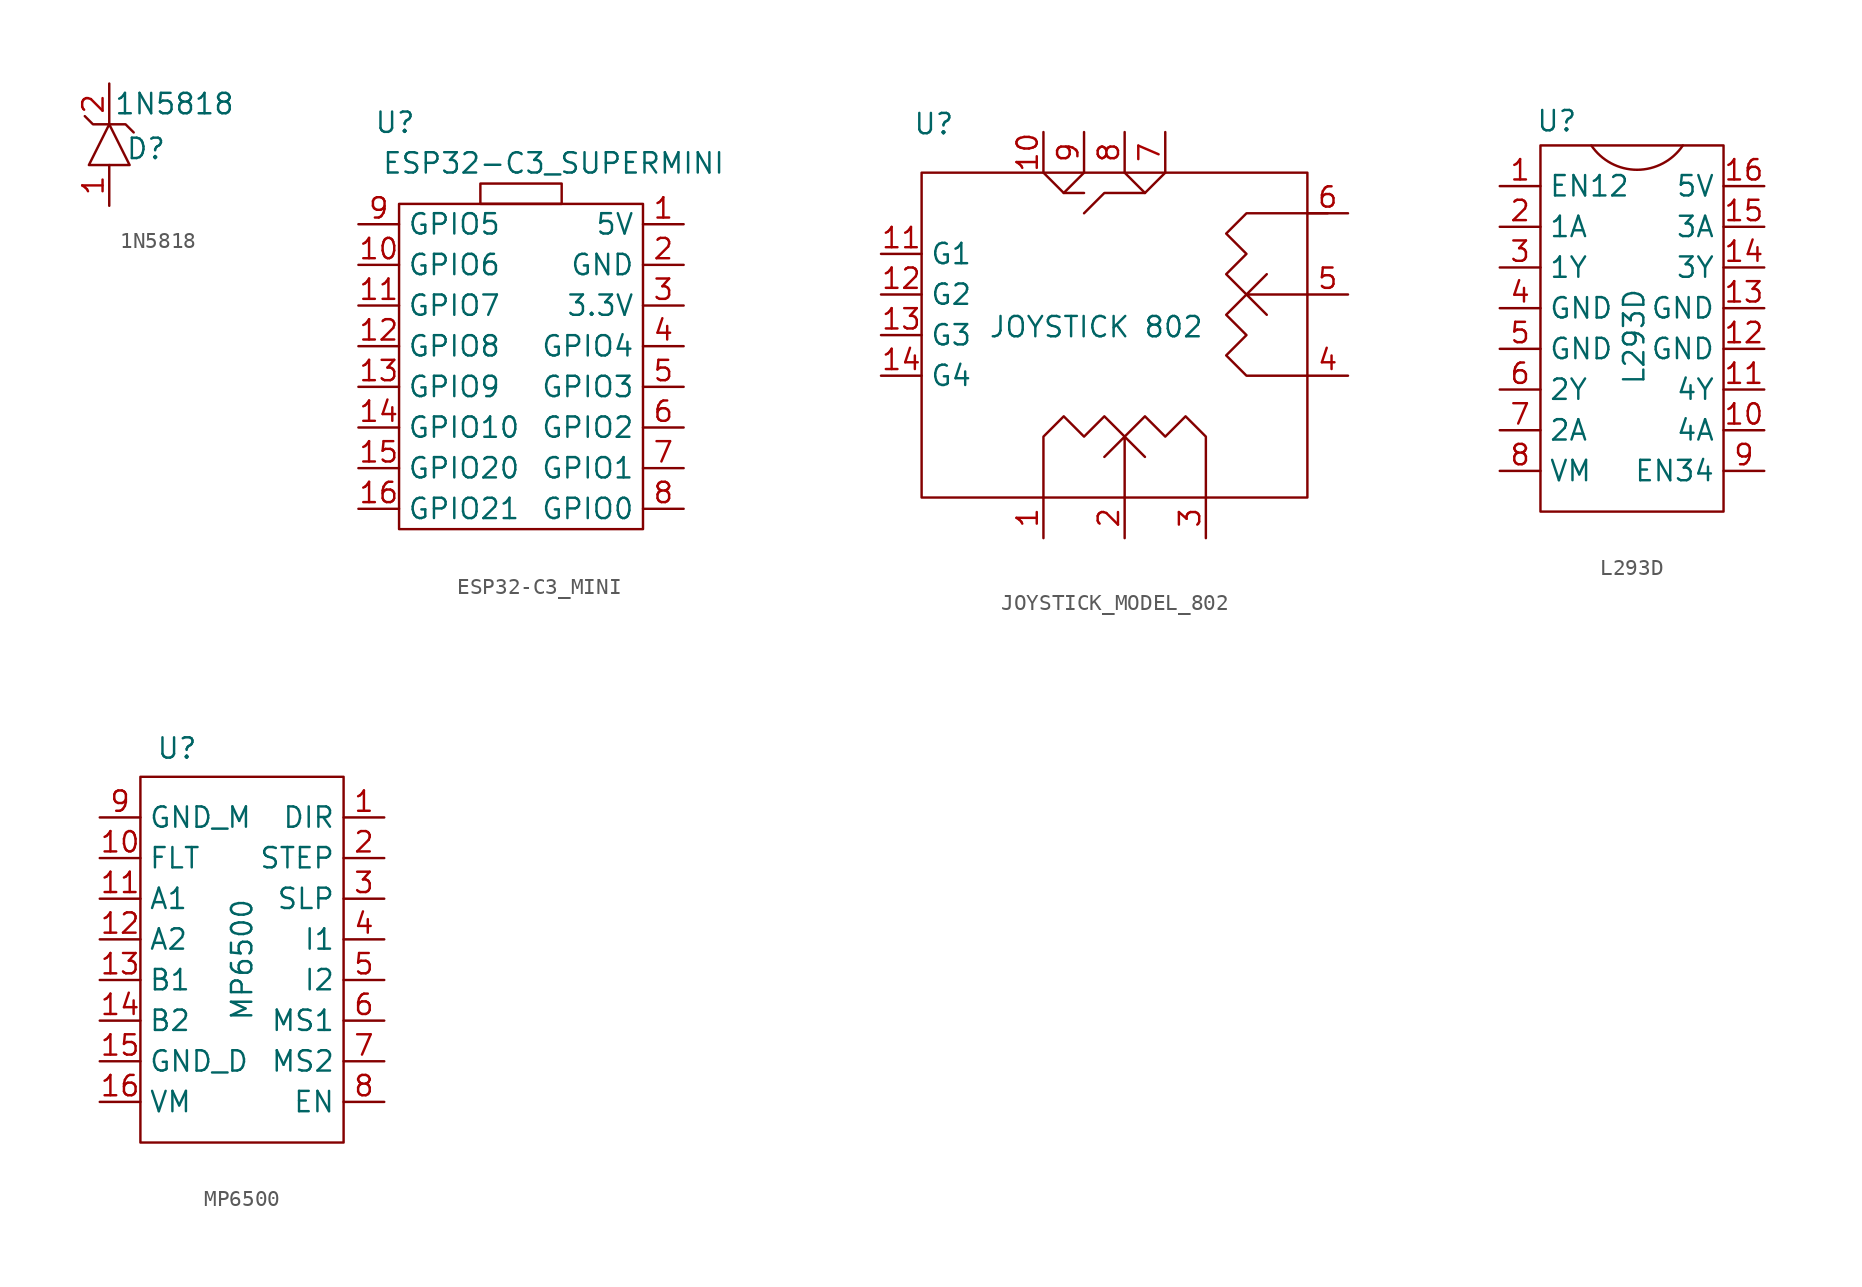
<source format=kicad_sym>
(kicad_symbol_lib
  (version 20241209)
  (generator "kicad_symbol_editor")
  (generator_version "9.0")
  (symbol "1N5818"
    (property "Reference" "D"
      (at 2.286 1.016 0)
      (effects (font (size 1.27 1.27))))
    (property "Value" "1N5818"
      (at 4.064 3.81 0)
      (effects (font (size 1.27 1.27))))
    (symbol "1N5818_0_1"
      (polyline (pts (xy -1.524 3.048) (xy -1.016 2.54) (xy 1.016 2.54) (xy 1.524 2.032)) (stroke (width 0) (type default)) (fill (type none)))
      (polyline (pts (xy 0 2.54) (xy -1.27 0) (xy 1.27 0) (xy 0 2.54)) (stroke (width 0) (type default)) (fill (type none))))
    (symbol "1N5818_1_1"
      (pin passive line (at 0 5.08 270) (length 2.54) (name "" (effects (font (size 1.27 1.27)))) (number "2" (effects (font (size 1.27 1.27)))))
      (pin passive line (at 0 -2.54 90) (length 2.54) (name "" (effects (font (size 1.27 1.27)))) (number "1" (effects (font (size 1.27 1.27)))))))
  (symbol "ESP32-C3_MINI"
    (property "Reference" "U"
      (at -7.874 15.24 0)
      (effects (font (size 1.27 1.27))))
    (property "Value" "ESP32-C3_SUPERMINI"
      (at 2.032 12.7 0)
      (effects (font (size 1.27 1.27))))
    (symbol "ESP32-C3_MINI_0_1"
      (rectangle (start -7.62 10.16) (end 7.62 -10.16) (stroke (width 0) (type default)) (fill (type none)))
      (rectangle (start -2.54 10.16) (end 2.54 11.43) (stroke (width 0) (type default)) (fill (type none))))
    (symbol "ESP32-C3_MINI_1_1"
      (pin bidirectional line (at -10.16 8.89 0) (length 2.54) (name "GPIO5" (effects (font (size 1.27 1.27)))) (number "9" (effects (font (size 1.27 1.27)))))
      (pin bidirectional line (at -10.16 6.35 0) (length 2.54) (name "GPIO6" (effects (font (size 1.27 1.27)))) (number "10" (effects (font (size 1.27 1.27)))))
      (pin bidirectional line (at -10.16 3.81 0) (length 2.54) (name "GPIO7" (effects (font (size 1.27 1.27)))) (number "11" (effects (font (size 1.27 1.27)))))
      (pin bidirectional line (at -10.16 1.27 0) (length 2.54) (name "GPIO8" (effects (font (size 1.27 1.27)))) (number "12" (effects (font (size 1.27 1.27)))))
      (pin bidirectional line (at -10.16 -1.27 0) (length 2.54) (name "GPIO9" (effects (font (size 1.27 1.27)))) (number "13" (effects (font (size 1.27 1.27)))))
      (pin bidirectional line (at -10.16 -3.81 0) (length 2.54) (name "GPIO10" (effects (font (size 1.27 1.27)))) (number "14" (effects (font (size 1.27 1.27)))))
      (pin bidirectional line (at -10.16 -6.35 0) (length 2.54) (name "GPIO20" (effects (font (size 1.27 1.27)))) (number "15" (effects (font (size 1.27 1.27)))))
      (pin bidirectional line (at -10.16 -8.89 0) (length 2.54) (name "GPIO21" (effects (font (size 1.27 1.27)))) (number "16" (effects (font (size 1.27 1.27)))))
      (pin power_in line (at 10.16 8.89 180) (length 2.54) (name "5V" (effects (font (size 1.27 1.27)))) (number "1" (effects (font (size 1.27 1.27)))))
      (pin power_in line (at 10.16 6.35 180) (length 2.54) (name "GND" (effects (font (size 1.27 1.27)))) (number "2" (effects (font (size 1.27 1.27)))))
      (pin power_out line (at 10.16 3.81 180) (length 2.54) (name "3.3V" (effects (font (size 1.27 1.27)))) (number "3" (effects (font (size 1.27 1.27)))))
      (pin bidirectional line (at 10.16 1.27 180) (length 2.54) (name "GPIO4" (effects (font (size 1.27 1.27)))) (number "4" (effects (font (size 1.27 1.27)))))
      (pin bidirectional line (at 10.16 -1.27 180) (length 2.54) (name "GPIO3" (effects (font (size 1.27 1.27)))) (number "5" (effects (font (size 1.27 1.27)))))
      (pin bidirectional line (at 10.16 -3.81 180) (length 2.54) (name "GPIO2" (effects (font (size 1.27 1.27)))) (number "6" (effects (font (size 1.27 1.27)))))
      (pin bidirectional line (at 10.16 -6.35 180) (length 2.54) (name "GPIO1" (effects (font (size 1.27 1.27)))) (number "7" (effects (font (size 1.27 1.27)))))
      (pin bidirectional line (at 10.16 -8.89 180) (length 2.54) (name "GPIO0" (effects (font (size 1.27 1.27)))) (number "8" (effects (font (size 1.27 1.27)))))))
  (symbol "JOYSTICK_MODEL_802"
    (property "Reference" "U"
      (at -11.938 23.368 0)
      (effects (font (size 1.27 1.27))))
    (property "Value" "JOYSTICK 802"
      (at -1.778 10.668 0)
      (effects (font (size 1.27 1.27))))
    (symbol "JOYSTICK_MODEL_802_0_1"
      (rectangle (start -12.7 20.32) (end 11.43 0) (stroke (width 0) (type default)) (fill (type none)))
      (polyline (pts (xy -5.08 0) (xy -5.08 3.81) (xy -3.81 5.08) (xy -2.54 3.81) (xy -1.27 5.08) (xy 0 3.81) (xy 1.27 5.08) (xy 2.54 3.81) (xy 3.81 5.08) (xy 5.08 3.81) (xy 5.08 0)) (stroke (width 0) (type default)) (fill (type none)))
      (polyline (pts (xy -3.81 19.05) (xy -2.54 19.05)) (stroke (width 0) (type default)) (fill (type none)))
      (polyline (pts (xy -2.54 20.32) (xy -3.81 19.05) (xy -5.08 20.32)) (stroke (width 0) (type default)) (fill (type none)))
      (polyline (pts (xy 0 0) (xy 0 3.81) (xy -1.27 2.54) (xy 0 3.81) (xy 1.27 2.54)) (stroke (width 0) (type default)) (fill (type none)))
      (polyline (pts (xy 1.27 19.05) (xy -1.27 19.05) (xy -2.54 17.78)) (stroke (width 0) (type default)) (fill (type none)))
      (polyline (pts (xy 2.54 20.32) (xy 1.27 19.05) (xy 0 20.32)) (stroke (width 0) (type default)) (fill (type none)))
      (polyline (pts (xy 11.43 12.7) (xy 7.62 12.7) (xy 8.89 11.43) (xy 7.62 12.7) (xy 8.89 13.97)) (stroke (width 0) (type default)) (fill (type none)))
      (polyline (pts (xy 11.43 7.62) (xy 7.62 7.62) (xy 6.35 8.89) (xy 7.62 10.16) (xy 6.35 11.43) (xy 7.62 12.7) (xy 6.35 13.97) (xy 7.62 15.24) (xy 6.35 16.51) (xy 7.62 17.78) (xy 12.7 17.78)) (stroke (width 0) (type default)) (fill (type none))))
    (symbol "JOYSTICK_MODEL_802_1_1"
      (pin passive line (at -15.24 15.24 0) (length 2.54) (name "G1" (effects (font (size 1.27 1.27)))) (number "11" (effects (font (size 1.27 1.27)))))
      (pin passive line (at -15.24 12.7 0) (length 2.54) (name "G2" (effects (font (size 1.27 1.27)))) (number "12" (effects (font (size 1.27 1.27)))))
      (pin passive line (at -15.24 10.16 0) (length 2.54) (name "G3" (effects (font (size 1.27 1.27)))) (number "13" (effects (font (size 1.27 1.27)))))
      (pin passive line (at -15.24 7.62 0) (length 2.54) (name "G4" (effects (font (size 1.27 1.27)))) (number "14" (effects (font (size 1.27 1.27)))))
      (pin passive line (at -5.08 22.86 270) (length 2.54) (name "" (effects (font (size 1.27 1.27)))) (number "10" (effects (font (size 1.27 1.27)))))
      (pin passive line (at -5.08 -2.54 90) (length 2.54) (name "" (effects (font (size 1.27 1.27)))) (number "1" (effects (font (size 1.27 1.27)))))
      (pin passive line (at -2.54 22.86 270) (length 2.54) (name "" (effects (font (size 1.27 1.27)))) (number "9" (effects (font (size 1.27 1.27)))))
      (pin passive line (at 0 22.86 270) (length 2.54) (name "" (effects (font (size 1.27 1.27)))) (number "8" (effects (font (size 1.27 1.27)))))
      (pin passive line (at 0 -2.54 90) (length 2.54) (name "" (effects (font (size 1.27 1.27)))) (number "2" (effects (font (size 1.27 1.27)))))
      (pin passive line (at 2.54 22.86 270) (length 2.54) (name "" (effects (font (size 1.27 1.27)))) (number "7" (effects (font (size 1.27 1.27)))))
      (pin passive line (at 5.08 -2.54 90) (length 2.54) (name "" (effects (font (size 1.27 1.27)))) (number "3" (effects (font (size 1.27 1.27)))))
      (pin passive line (at 13.97 17.78 180) (length 2.54) (name "" (effects (font (size 1.27 1.27)))) (number "6" (effects (font (size 1.27 1.27)))))
      (pin passive line (at 13.97 12.7 180) (length 2.54) (name "" (effects (font (size 1.27 1.27)))) (number "5" (effects (font (size 1.27 1.27)))))
      (pin passive line (at 13.97 7.62 180) (length 2.54) (name "" (effects (font (size 1.27 1.27)))) (number "4" (effects (font (size 1.27 1.27)))))))
  (symbol "L293D"
    (property "Reference" "U"
      (at -5.334 15.494 0)
      (effects (font (size 1.27 1.27))))
    (property "Value" "L293D"
      (at -0.508 2.032 90)
      (effects (font (size 1.27 1.27))))
    (symbol "L293D_0_1"
      (rectangle (start -6.35 13.97) (end 5.08 -8.89) (stroke (width 0) (type default)) (fill (type none)))
      (arc (start 2.54 13.97) (mid -0.3175 12.449) (end -3.175 13.97) (stroke (width 0) (type default)) (fill (type none))))
    (symbol "L293D_1_1"
      (pin input line (at -8.89 11.43 0) (length 2.54) (name "EN12" (effects (font (size 1.27 1.27)))) (number "1" (effects (font (size 1.27 1.27)))))
      (pin input line (at -8.89 8.89 0) (length 2.54) (name "1A" (effects (font (size 1.27 1.27)))) (number "2" (effects (font (size 1.27 1.27)))))
      (pin output line (at -8.89 6.35 0) (length 2.54) (name "1Y" (effects (font (size 1.27 1.27)))) (number "3" (effects (font (size 1.27 1.27)))))
      (pin power_in line (at -8.89 3.81 0) (length 2.54) (name "GND" (effects (font (size 1.27 1.27)))) (number "4" (effects (font (size 1.27 1.27)))))
      (pin power_in line (at -8.89 1.27 0) (length 2.54) (name "GND" (effects (font (size 1.27 1.27)))) (number "5" (effects (font (size 1.27 1.27)))))
      (pin output line (at -8.89 -1.27 0) (length 2.54) (name "2Y" (effects (font (size 1.27 1.27)))) (number "6" (effects (font (size 1.27 1.27)))))
      (pin input line (at -8.89 -3.81 0) (length 2.54) (name "2A" (effects (font (size 1.27 1.27)))) (number "7" (effects (font (size 1.27 1.27)))))
      (pin power_out line (at -8.89 -6.35 0) (length 2.54) (name "VM" (effects (font (size 1.27 1.27)))) (number "8" (effects (font (size 1.27 1.27)))))
      (pin power_in line (at 7.62 11.43 180) (length 2.54) (name "5V" (effects (font (size 1.27 1.27)))) (number "16" (effects (font (size 1.27 1.27)))))
      (pin input line (at 7.62 8.89 180) (length 2.54) (name "3A" (effects (font (size 1.27 1.27)))) (number "15" (effects (font (size 1.27 1.27)))))
      (pin output line (at 7.62 6.35 180) (length 2.54) (name "3Y" (effects (font (size 1.27 1.27)))) (number "14" (effects (font (size 1.27 1.27)))))
      (pin power_in line (at 7.62 3.81 180) (length 2.54) (name "GND" (effects (font (size 1.27 1.27)))) (number "13" (effects (font (size 1.27 1.27)))))
      (pin power_in line (at 7.62 1.27 180) (length 2.54) (name "GND" (effects (font (size 1.27 1.27)))) (number "12" (effects (font (size 1.27 1.27)))))
      (pin output line (at 7.62 -1.27 180) (length 2.54) (name "4Y" (effects (font (size 1.27 1.27)))) (number "11" (effects (font (size 1.27 1.27)))))
      (pin input line (at 7.62 -3.81 180) (length 2.54) (name "4A" (effects (font (size 1.27 1.27)))) (number "10" (effects (font (size 1.27 1.27)))))
      (pin input line (at 7.62 -6.35 180) (length 2.54) (name "EN34" (effects (font (size 1.27 1.27)))) (number "9" (effects (font (size 1.27 1.27)))))))
  (symbol "MP6500"
    (property "Reference" "U"
      (at -4.064 13.208 0)
      (effects (font (size 1.27 1.27))))
    (property "Value" "MP6500"
      (at 0 0 90)
      (effects (font (size 1.27 1.27))))
    (symbol "MP6500_0_1"
      (rectangle (start -6.35 11.43) (end 6.35 -11.43) (stroke (width 0) (type default)) (fill (type none))))
    (symbol "MP6500_1_1"
      (pin power_in line (at -8.89 8.89 0) (length 2.54) (name "GND_M" (effects (font (size 1.27 1.27)))) (number "9" (effects (font (size 1.27 1.27)))))
      (pin output line (at -8.89 6.35 0) (length 2.54) (name "FLT" (effects (font (size 1.27 1.27)))) (number "10" (effects (font (size 1.27 1.27)))))
      (pin output line (at -8.89 3.81 0) (length 2.54) (name "A1" (effects (font (size 1.27 1.27)))) (number "11" (effects (font (size 1.27 1.27)))))
      (pin output line (at -8.89 1.27 0) (length 2.54) (name "A2" (effects (font (size 1.27 1.27)))) (number "12" (effects (font (size 1.27 1.27)))))
      (pin output line (at -8.89 -1.27 0) (length 2.54) (name "B1" (effects (font (size 1.27 1.27)))) (number "13" (effects (font (size 1.27 1.27)))))
      (pin output line (at -8.89 -3.81 0) (length 2.54) (name "B2" (effects (font (size 1.27 1.27)))) (number "14" (effects (font (size 1.27 1.27)))))
      (pin power_in line (at -8.89 -6.35 0) (length 2.54) (name "GND_D" (effects (font (size 1.27 1.27)))) (number "15" (effects (font (size 1.27 1.27)))))
      (pin power_in line (at -8.89 -8.89 0) (length 2.54) (name "VM" (effects (font (size 1.27 1.27)))) (number "16" (effects (font (size 1.27 1.27)))))
      (pin input line (at 8.89 8.89 180) (length 2.54) (name "DIR" (effects (font (size 1.27 1.27)))) (number "1" (effects (font (size 1.27 1.27)))))
      (pin input line (at 8.89 6.35 180) (length 2.54) (name "STEP" (effects (font (size 1.27 1.27)))) (number "2" (effects (font (size 1.27 1.27)))))
      (pin input line (at 8.89 3.81 180) (length 2.54) (name "SLP" (effects (font (size 1.27 1.27)))) (number "3" (effects (font (size 1.27 1.27)))))
      (pin input line (at 8.89 1.27 180) (length 2.54) (name "I1" (effects (font (size 1.27 1.27)))) (number "4" (effects (font (size 1.27 1.27)))))
      (pin input line (at 8.89 -1.27 180) (length 2.54) (name "I2" (effects (font (size 1.27 1.27)))) (number "5" (effects (font (size 1.27 1.27)))))
      (pin input line (at 8.89 -3.81 180) (length 2.54) (name "MS1" (effects (font (size 1.27 1.27)))) (number "6" (effects (font (size 1.27 1.27)))))
      (pin input line (at 8.89 -6.35 180) (length 2.54) (name "MS2" (effects (font (size 1.27 1.27)))) (number "7" (effects (font (size 1.27 1.27)))))
      (pin input line (at 8.89 -8.89 180) (length 2.54) (name "EN" (effects (font (size 1.27 1.27)))) (number "8" (effects (font (size 1.27 1.27))))))))
</source>
